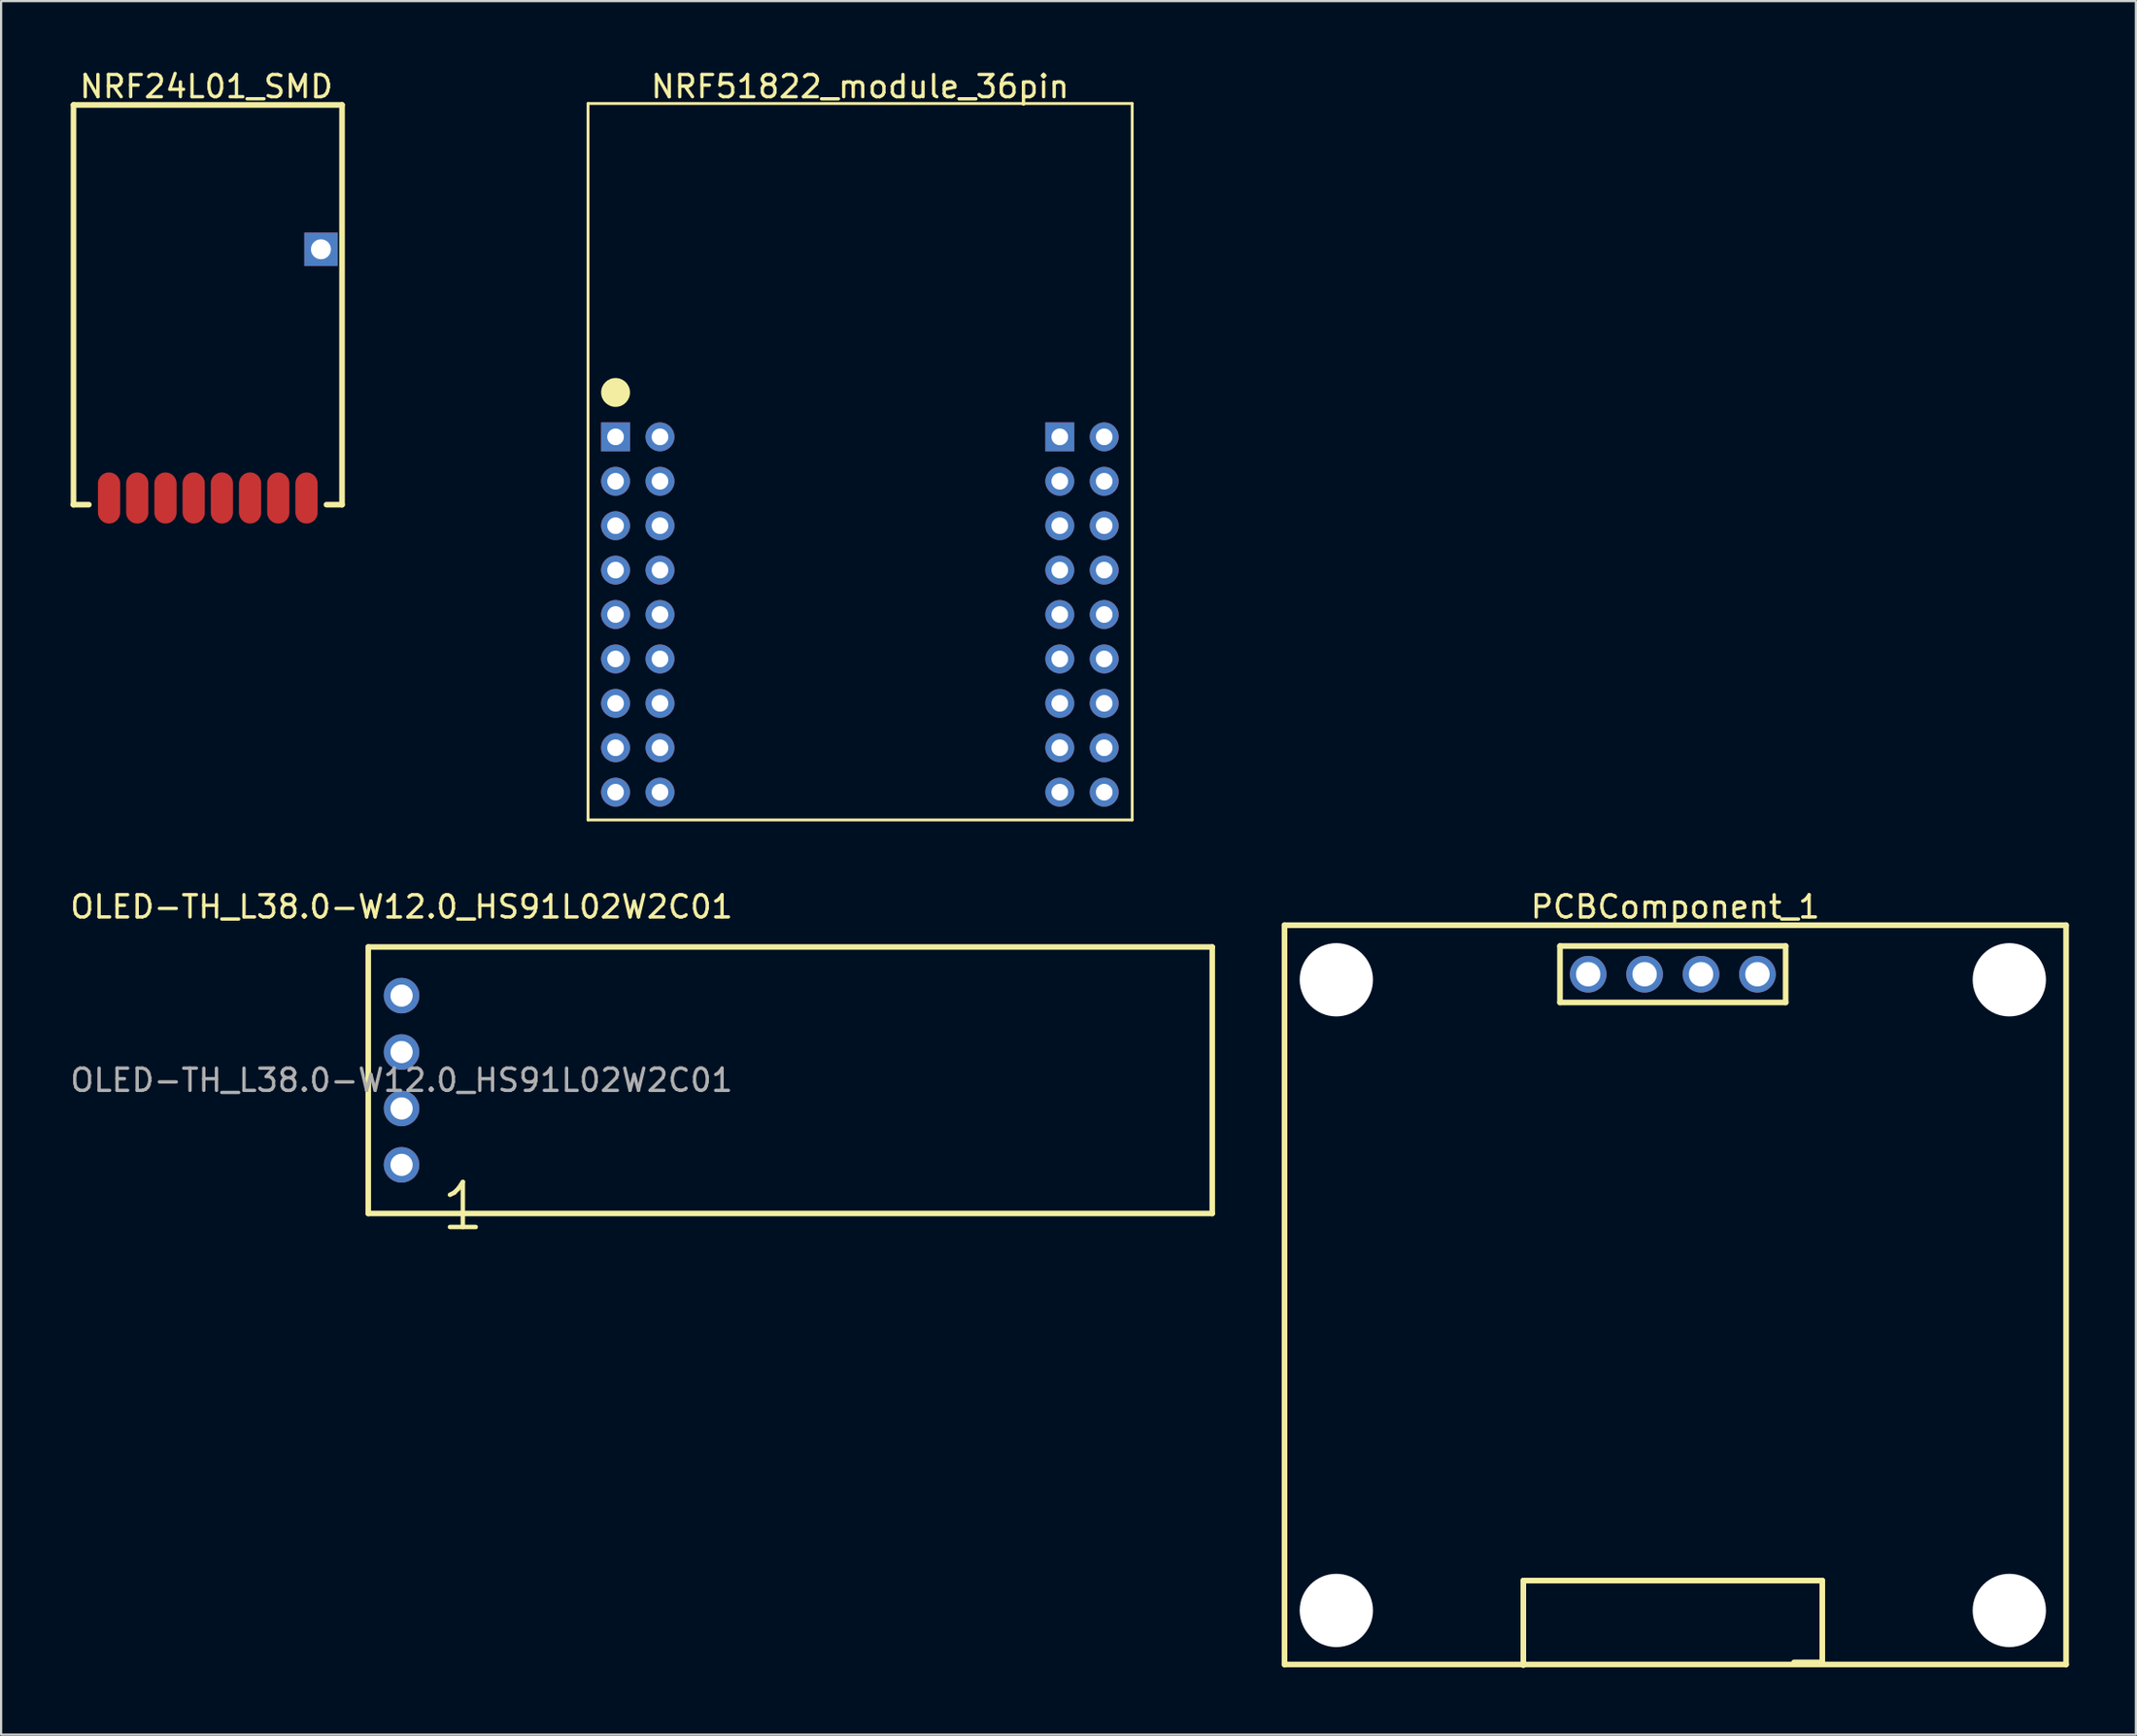
<source format=kicad_pcb>
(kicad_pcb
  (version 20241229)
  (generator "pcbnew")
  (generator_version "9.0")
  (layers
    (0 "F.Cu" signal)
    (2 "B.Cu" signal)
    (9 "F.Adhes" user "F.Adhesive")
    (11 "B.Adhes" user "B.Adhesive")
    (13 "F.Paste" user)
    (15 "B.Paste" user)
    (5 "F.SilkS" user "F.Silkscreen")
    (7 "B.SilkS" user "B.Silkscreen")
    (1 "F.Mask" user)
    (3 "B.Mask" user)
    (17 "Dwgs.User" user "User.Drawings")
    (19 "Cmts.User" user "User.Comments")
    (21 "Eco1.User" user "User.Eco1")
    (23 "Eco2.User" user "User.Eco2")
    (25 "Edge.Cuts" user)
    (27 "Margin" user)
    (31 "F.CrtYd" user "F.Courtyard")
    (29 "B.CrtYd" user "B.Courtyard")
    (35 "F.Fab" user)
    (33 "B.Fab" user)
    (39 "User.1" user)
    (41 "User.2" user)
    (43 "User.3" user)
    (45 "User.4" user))
  (footprint "PCBComponent_1"
    (layer "F.Cu")
    (at 71.86 51.055)
    (property "Reference" "PCBComponent_1" (at 0.517 -13.271 0) (layer "F.SilkS") (effects (font (size 1 1) (thickness 0.15))))
    (fp_line (start -17.078 -12.444) (end 18.112 -12.444) (stroke (width 0.254) (type solid)) (layer "F.SilkS"))
    (fp_line (start -17.078 20.846) (end -17.078 -12.444) (stroke (width 0.254) (type solid)) (layer "F.SilkS"))
    (fp_line (start -17.078 20.846) (end 18.112 20.846) (stroke (width 0.254) (type solid)) (layer "F.SilkS"))
    (fp_line (start -6.325 17.069) (end 7.137 17.069) (stroke (width 0.254) (type solid)) (layer "F.SilkS"))
    (fp_line (start -6.325 20.879) (end -6.325 17.069) (stroke (width 0.254) (type solid)) (layer "F.SilkS"))
    (fp_line (start -4.674 -11.505) (end 5.486 -11.505) (stroke (width 0.254) (type solid)) (layer "F.SilkS"))
    (fp_line (start -4.674 -8.965) (end -4.674 -11.505) (stroke (width 0.254) (type solid)) (layer "F.SilkS"))
    (fp_line (start -4.674 -8.965) (end 5.486 -8.965) (stroke (width 0.254) (type solid)) (layer "F.SilkS"))
    (fp_line (start 5.486 -8.965) (end 5.486 -11.505) (stroke (width 0.254) (type solid)) (layer "F.SilkS"))
    (fp_line (start 5.867 20.752) (end 7.137 20.752) (stroke (width 0.254) (type solid)) (layer "F.SilkS"))
    (fp_line (start 7.137 20.752) (end 7.137 17.069) (stroke (width 0.254) (type solid)) (layer "F.SilkS"))
    (fp_line (start 18.112 20.846) (end 18.112 -12.444) (stroke (width 0.254) (type solid)) (layer "F.SilkS"))
    (fp_circle (center -14.744 -9.986) (end -14.744 -10.76) (stroke (width 1.55) (type solid)) (fill no) (layer "Eco2.User"))
    (fp_circle (center -14.744 18.414) (end -14.744 17.64) (stroke (width 1.55) (type solid)) (fill no) (layer "Eco2.User"))
    (fp_circle (center 15.556 -9.986) (end 15.556 -10.76) (stroke (width 1.55) (type solid)) (fill no) (layer "Eco2.User"))
    (fp_circle (center 15.556 18.414) (end 15.556 17.64) (stroke (width 1.55) (type solid)) (fill no) (layer "Eco2.User"))
    (fp_poly (pts (xy 18.106 -12.535) (xy 18.206 -12.435) (xy 18.206 20.765) (xy 18.056 20.915) (xy -17.094 20.915) (xy -17.144 20.865) (xy -17.144 -12.485) (xy -17.094 -12.535) (xy 18.056 -12.535) (xy 18.056 -12.385) (xy 18.006 -12.335) (xy -16.994 -12.335) (xy -16.994 20.765) (xy 18.006 20.765) (xy 18.006 -12.285) (xy 18.056 -12.335) (xy 18.106 -12.385)) (stroke (width 0.1) (type default)) (fill no) (layer "Eco2.User"))
    (pad "" np_thru_hole circle (at -14.744 -9.986) (size 3.3 3.3) (drill 3.3) (layers "*.Cu" "*.Mask"))
    (pad "" np_thru_hole circle (at -14.744 18.414) (size 3.3 3.3) (drill 3.3) (layers "*.Cu" "*.Mask"))
    (pad "" np_thru_hole circle (at 15.556 -9.986) (size 3.3 3.3) (drill 3.3) (layers "*.Cu" "*.Mask"))
    (pad "" np_thru_hole circle (at 15.556 18.414) (size 3.3 3.3) (drill 3.3) (layers "*.Cu" "*.Mask"))
    (pad "1" thru_hole circle (at -3.404 -10.235 180) (size 1.65 1.65) (drill 1.1) (layers "*.Cu" "*.Mask"))
    (pad "2" thru_hole circle (at -0.864 -10.235 180) (size 1.65 1.65) (drill 1.1) (layers "*.Cu" "*.Mask"))
    (pad "3" thru_hole circle (at 1.676 -10.235 180) (size 1.65 1.65) (drill 1.1) (layers "*.Cu" "*.Mask"))
    (pad "4" thru_hole circle (at 4.216 -10.235 180) (size 1.65 1.65) (drill 1.1) (layers "*.Cu" "*.Mask")))
  (footprint "NRF51822_module_36pin"
    (layer "F.Cu")
    (at 36.295 24.247)
    (property "Reference" "NRF51822_module_36pin" (at -0.62 -23.398 0) (layer "F.SilkS") (effects (font (size 1 1) (thickness 0.15))))
    (fp_line (start -12.87 -22.635) (end 11.63 -22.635) (stroke (width 0.127) (type solid)) (layer "F.SilkS"))
    (fp_line (start -12.87 9.625) (end -12.87 -22.635) (stroke (width 0.127) (type solid)) (layer "F.SilkS"))
    (fp_line (start -12.87 9.625) (end 11.63 9.625) (stroke (width 0.127) (type solid)) (layer "F.SilkS"))
    (fp_line (start 11.63 9.625) (end 11.63 -22.635) (stroke (width 0.127) (type solid)) (layer "F.SilkS"))
    (fp_circle (center -11.63 -9.625) (end -11.63 -9.95) (stroke (width 0.65) (type solid)) (fill yes) (layer "F.SilkS"))
    (pad "1" thru_hole rect (at -11.63 -7.625 270) (size 1.3 1.3) (drill 0.75) (layers "*.Cu" "*.Mask"))
    (pad "2" thru_hole circle (at -9.63 -7.625 270) (size 1.3 1.3) (drill 0.75) (layers "*.Cu" "*.Mask"))
    (pad "3" thru_hole circle (at -11.63 -5.625 270) (size 1.3 1.3) (drill 0.75) (layers "*.Cu" "*.Mask"))
    (pad "4" thru_hole circle (at -9.63 -5.625 270) (size 1.3 1.3) (drill 0.75) (layers "*.Cu" "*.Mask"))
    (pad "5" thru_hole circle (at -11.63 -3.625 270) (size 1.3 1.3) (drill 0.75) (layers "*.Cu" "*.Mask"))
    (pad "6" thru_hole circle (at -9.63 -3.625 270) (size 1.3 1.3) (drill 0.75) (layers "*.Cu" "*.Mask"))
    (pad "7" thru_hole circle (at -11.63 -1.625 270) (size 1.3 1.3) (drill 0.75) (layers "*.Cu" "*.Mask"))
    (pad "8" thru_hole circle (at -9.63 -1.625 270) (size 1.3 1.3) (drill 0.75) (layers "*.Cu" "*.Mask"))
    (pad "9" thru_hole circle (at -11.63 0.375 270) (size 1.3 1.3) (drill 0.75) (layers "*.Cu" "*.Mask"))
    (pad "10" thru_hole circle (at -9.63 0.375 270) (size 1.3 1.3) (drill 0.75) (layers "*.Cu" "*.Mask"))
    (pad "11" thru_hole circle (at -11.63 2.375 270) (size 1.3 1.3) (drill 0.75) (layers "*.Cu" "*.Mask"))
    (pad "12" thru_hole circle (at -9.63 2.375 270) (size 1.3 1.3) (drill 0.75) (layers "*.Cu" "*.Mask"))
    (pad "13" thru_hole circle (at -11.63 4.375 270) (size 1.3 1.3) (drill 0.75) (layers "*.Cu" "*.Mask"))
    (pad "14" thru_hole circle (at -9.63 4.375 270) (size 1.3 1.3) (drill 0.75) (layers "*.Cu" "*.Mask"))
    (pad "15" thru_hole circle (at -11.63 6.375 270) (size 1.3 1.3) (drill 0.75) (layers "*.Cu" "*.Mask"))
    (pad "16" thru_hole circle (at -9.63 6.375 270) (size 1.3 1.3) (drill 0.75) (layers "*.Cu" "*.Mask"))
    (pad "17" thru_hole circle (at -11.63 8.375 270) (size 1.3 1.3) (drill 0.75) (layers "*.Cu" "*.Mask"))
    (pad "18" thru_hole circle (at -9.63 8.375 270) (size 1.3 1.3) (drill 0.75) (layers "*.Cu" "*.Mask"))
    (pad "19" thru_hole rect (at 8.37 -7.625 270) (size 1.3 1.3) (drill 0.75) (layers "*.Cu" "*.Mask"))
    (pad "20" thru_hole circle (at 10.37 -7.625 270) (size 1.3 1.3) (drill 0.75) (layers "*.Cu" "*.Mask"))
    (pad "21" thru_hole circle (at 8.37 -5.625 270) (size 1.3 1.3) (drill 0.75) (layers "*.Cu" "*.Mask"))
    (pad "22" thru_hole circle (at 10.37 -5.625 270) (size 1.3 1.3) (drill 0.75) (layers "*.Cu" "*.Mask"))
    (pad "23" thru_hole circle (at 8.37 -3.625 270) (size 1.3 1.3) (drill 0.75) (layers "*.Cu" "*.Mask"))
    (pad "24" thru_hole circle (at 10.37 -3.625 270) (size 1.3 1.3) (drill 0.75) (layers "*.Cu" "*.Mask"))
    (pad "25" thru_hole circle (at 8.37 -1.625 270) (size 1.3 1.3) (drill 0.75) (layers "*.Cu" "*.Mask"))
    (pad "26" thru_hole circle (at 10.37 -1.625 270) (size 1.3 1.3) (drill 0.75) (layers "*.Cu" "*.Mask"))
    (pad "27" thru_hole circle (at 8.37 0.375 270) (size 1.3 1.3) (drill 0.75) (layers "*.Cu" "*.Mask"))
    (pad "28" thru_hole circle (at 10.37 0.375 270) (size 1.3 1.3) (drill 0.75) (layers "*.Cu" "*.Mask"))
    (pad "29" thru_hole circle (at 8.37 2.375 270) (size 1.3 1.3) (drill 0.75) (layers "*.Cu" "*.Mask"))
    (pad "30" thru_hole circle (at 10.37 2.375 270) (size 1.3 1.3) (drill 0.75) (layers "*.Cu" "*.Mask"))
    (pad "31" thru_hole circle (at 8.37 4.375 270) (size 1.3 1.3) (drill 0.75) (layers "*.Cu" "*.Mask"))
    (pad "32" thru_hole circle (at 10.37 4.375 270) (size 1.3 1.3) (drill 0.75) (layers "*.Cu" "*.Mask"))
    (pad "33" thru_hole circle (at 8.37 6.375 270) (size 1.3 1.3) (drill 0.75) (layers "*.Cu" "*.Mask"))
    (pad "34" thru_hole circle (at 10.37 6.375 270) (size 1.3 1.3) (drill 0.75) (layers "*.Cu" "*.Mask"))
    (pad "35" thru_hole circle (at 8.37 8.375 270) (size 1.3 1.3) (drill 0.75) (layers "*.Cu" "*.Mask"))
    (pad "36" thru_hole circle (at 10.37 8.375 270) (size 1.3 1.3) (drill 0.75) (layers "*.Cu" "*.Mask")))
  (footprint "OLED-TH_L38.0-W12.0_HS91L02W2C01"
    (layer "F.Cu")
    (at 15.03 45.593)
    (property "Reference" "OLED-TH_L38.0-W12.0_HS91L02W2C01" (at 0 -7.81 0) (layer "F.SilkS") (effects (font (size 1 1) (thickness 0.15))))
    (attr through_hole)
    (fp_line (start -1.5 -6) (end 36.5 -6) (stroke (width 0.25) (type solid)) (layer "F.SilkS"))
    (fp_line (start -1.5 6) (end -1.5 -6) (stroke (width 0.25) (type solid)) (layer "F.SilkS"))
    (fp_line (start 36.5 -6) (end 36.5 6) (stroke (width 0.25) (type solid)) (layer "F.SilkS"))
    (fp_line (start 36.5 6) (end -1.5 6) (stroke (width 0.25) (type solid)) (layer "F.SilkS"))
    (fp_text user "1" (at 1.66 5.68 0) (layer "F.SilkS") (effects (font (size 2.03 2.03) (thickness 0.2)) (justify left)))
    (fp_text user "${REFERENCE}" (at 0 0 0) (layer "F.Fab") (effects (font (size 1 1) (thickness 0.15))))
    (pad "1" thru_hole circle (at 0 3.81) (size 1.6 1.6) (drill 1) (layers "*.Cu" "*.Mask"))
    (pad "2" thru_hole circle (at 0 1.27) (size 1.6 1.6) (drill 1) (layers "*.Cu" "*.Mask"))
    (pad "3" thru_hole circle (at 0 -1.27) (size 1.6 1.6) (drill 1) (layers "*.Cu" "*.Mask"))
    (pad "4" thru_hole circle (at 0 -3.81) (size 1.6 1.6) (drill 1) (layers "*.Cu" "*.Mask")))
  (footprint "NRF24L01_SMD"
    (layer "F.Cu")
    (at 0.25 19.675)
    (property "Reference" "NRF24L01_SMD" (at 5.989 -18.827 0) (layer "F.SilkS") (effects (font (size 1 1) (thickness 0.15))))
    (fp_line (start 0 0) (end 0.7 0) (stroke (width 0.254) (type solid)) (layer "F.SilkS"))
    (fp_line (start 0.01 -18) (end 12.1 -18) (stroke (width 0.254) (type solid)) (layer "F.SilkS"))
    (fp_line (start 0.01 0) (end 0.01 -18) (stroke (width 0.254) (type solid)) (layer "F.SilkS"))
    (fp_line (start 11.4 0) (end 12.1 0) (stroke (width 0.254) (type solid)) (layer "F.SilkS"))
    (fp_line (start 12.1 0) (end 12.1 -18) (stroke (width 0.254) (type solid)) (layer "F.SilkS"))
    (fp_line (start 0 -17.907) (end 12.065 -17.907) (stroke (width 0.254) (type solid)) (layer "Eco2.User"))
    (fp_line (start 0 0) (end 0 -17.907) (stroke (width 0.254) (type solid)) (layer "Eco2.User"))
    (fp_line (start 0 0) (end 12.065 0) (stroke (width 0.254) (type solid)) (layer "Eco2.User"))
    (fp_line (start 12.065 0) (end 12.065 -17.907) (stroke (width 0.254) (type solid)) (layer "Eco2.User"))
    (fp_text_box "${REFERENCE}" (start 4.318 -11.175) (end 20.061 -8.636) (margins 0 0 0 0) (layer "Eco2.User") (effects (font (size 1.524 1.524) (thickness 0.254)) (justify left top)) (border no) (stroke (width 0.1) (type default)))
    (pad "1" smd oval (at 1.61 -0.3) (size 1 2.3) (layers "F.Cu" "F.Mask" "F.Paste"))
    (pad "2" smd oval (at 2.88 -0.3) (size 1 2.3) (layers "F.Cu" "F.Mask" "F.Paste"))
    (pad "3" smd oval (at 4.15 -0.3) (size 1 2.3) (layers "F.Cu" "F.Mask" "F.Paste"))
    (pad "4" smd oval (at 5.42 -0.3) (size 1 2.3) (layers "F.Cu" "F.Mask" "F.Paste"))
    (pad "5" smd oval (at 6.69 -0.3) (size 1 2.3) (layers "F.Cu" "F.Mask" "F.Paste"))
    (pad "6" smd oval (at 7.96 -0.3) (size 1 2.3) (layers "F.Cu" "F.Mask" "F.Paste"))
    (pad "7" smd oval (at 9.23 -0.3) (size 1 2.3) (layers "F.Cu" "F.Mask" "F.Paste"))
    (pad "8" smd oval (at 10.5 -0.3) (size 1 2.3) (layers "F.Cu" "F.Mask" "F.Paste"))
    (pad "9" thru_hole rect (at 11.15 -11.5 90) (size 1.5 1.5) (drill 0.9) (layers "*.Cu" "*.Mask")))
  (gr_rect
    (start -3 -3)
    (end 93.116 75.061)
    (stroke (width 0.1) (type default))
    (fill no)
    (layer "Edge.Cuts")))
</source>
